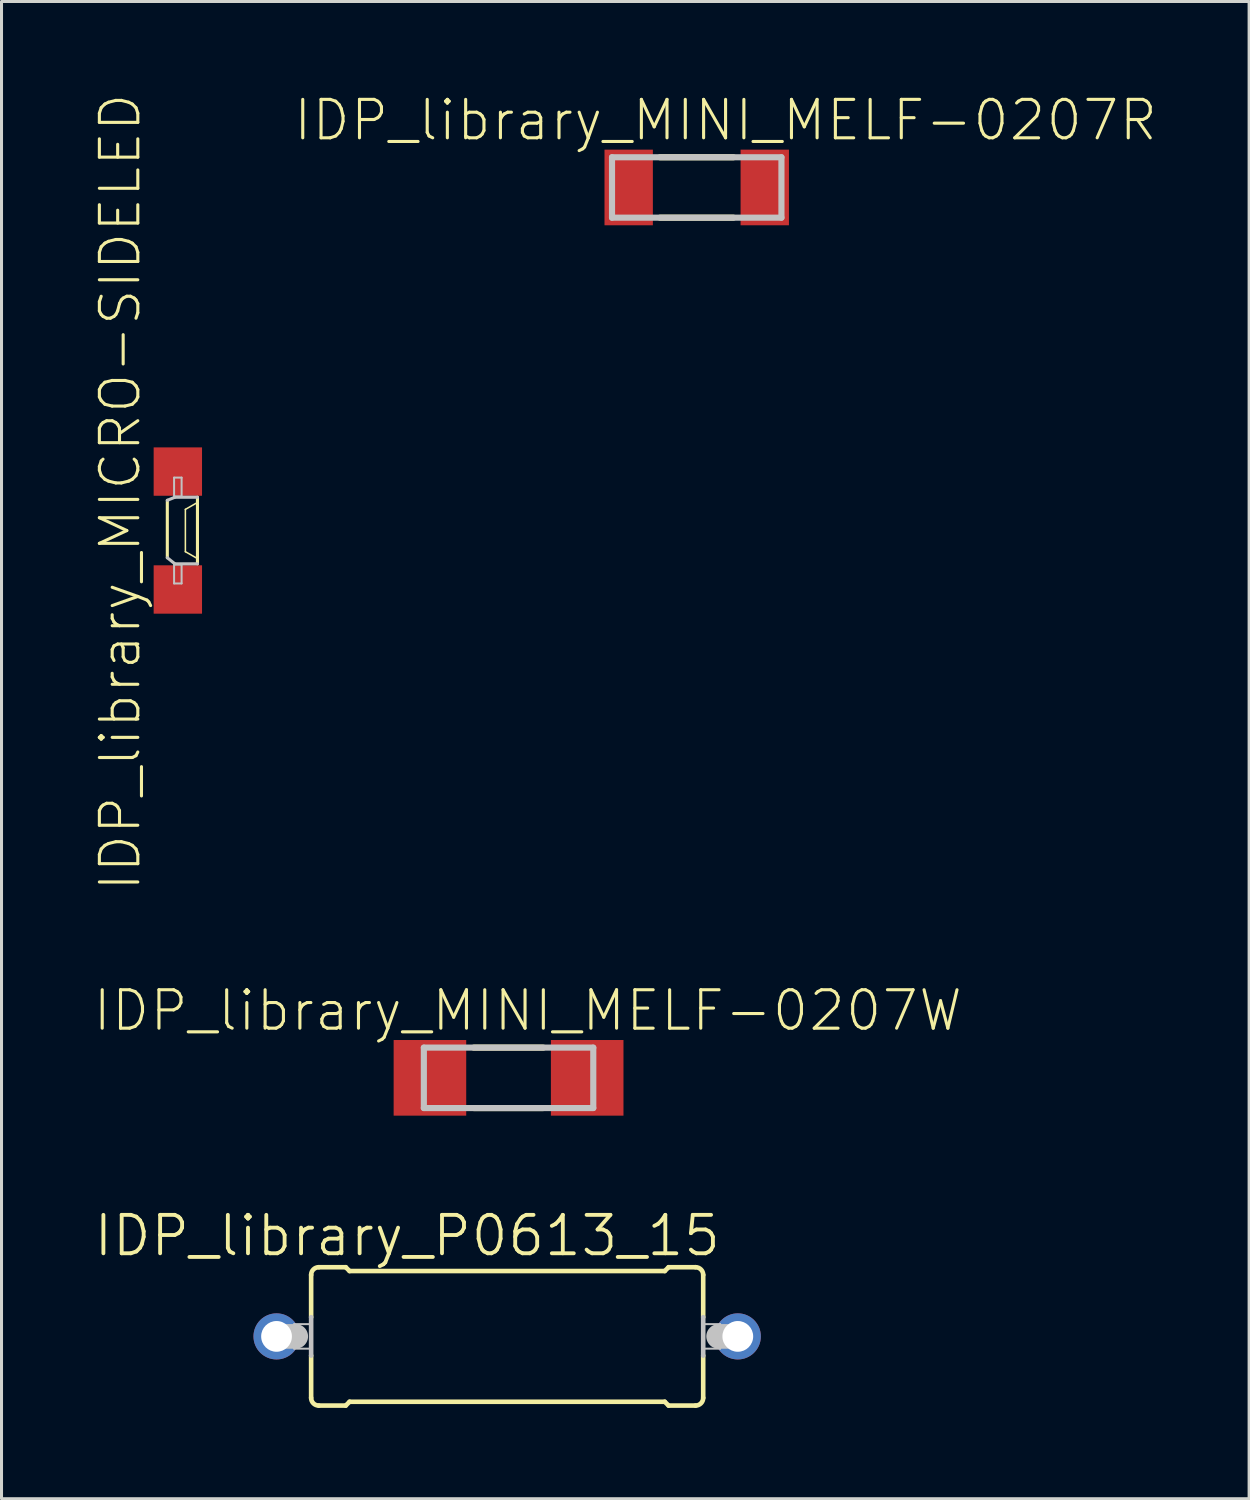
<source format=kicad_pcb>
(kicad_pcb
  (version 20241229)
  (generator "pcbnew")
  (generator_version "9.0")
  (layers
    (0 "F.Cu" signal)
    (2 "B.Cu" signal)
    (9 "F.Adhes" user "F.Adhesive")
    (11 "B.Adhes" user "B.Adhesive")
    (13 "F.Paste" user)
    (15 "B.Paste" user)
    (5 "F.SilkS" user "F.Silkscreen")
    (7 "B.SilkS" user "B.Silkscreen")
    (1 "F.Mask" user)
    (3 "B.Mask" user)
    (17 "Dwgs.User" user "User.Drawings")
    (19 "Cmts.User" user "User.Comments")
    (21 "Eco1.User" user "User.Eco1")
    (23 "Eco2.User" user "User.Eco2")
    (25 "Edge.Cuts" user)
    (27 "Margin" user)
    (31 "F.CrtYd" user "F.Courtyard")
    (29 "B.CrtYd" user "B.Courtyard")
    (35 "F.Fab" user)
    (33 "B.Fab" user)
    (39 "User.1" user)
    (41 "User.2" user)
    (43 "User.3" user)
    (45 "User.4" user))
  (footprint "IDP_library_MINI_MELF-0207R"
    (layer "F.Cu")
    (at 19.97 3.144)
    (property "Reference" "IDP_library_MINI_MELF-0207R" (at 0.953 -2.223 0) (layer "F.SilkS") (effects (font (size 1.27 1.27) (thickness 0.102))))
    (attr smd)
    (fp_line (start -1.212 0.998) (end 1.212 0.998) (stroke (width 0.203) (type solid)) (layer "F.SilkS"))
    (fp_line (start 1.212 -0.998) (end -1.212 -0.998) (stroke (width 0.203) (type solid)) (layer "F.SilkS"))
    (fp_line (start -2.799 -0.998) (end -2.799 0.998) (stroke (width 0.203) (type solid)) (layer "Dwgs.User"))
    (fp_line (start -2.799 0.998) (end 2.799 0.998) (stroke (width 0.203) (type solid)) (layer "Dwgs.User"))
    (fp_line (start 2.799 -0.998) (end -2.799 -0.998) (stroke (width 0.203) (type solid)) (layer "Dwgs.User"))
    (fp_line (start 2.799 0.998) (end 2.799 -0.998) (stroke (width 0.203) (type solid)) (layer "Dwgs.User"))
    (pad "1" smd rect (at -2.248 0) (size 1.598 2.499) (layers "F.Cu" "F.Mask" "F.Paste"))
    (pad "2" smd rect (at 2.248 0) (size 1.598 2.499) (layers "F.Cu" "F.Mask" "F.Paste")))
  (footprint "IDP_library_MICRO-SIDELED"
    (layer "F.Cu")
    (at 2.826 14.479)
    (property "Reference" "IDP_library_MICRO-SIDELED" (at -1.905 -1.27 90) (layer "F.SilkS") (effects (font (size 1.27 1.27) (thickness 0.102))))
    (attr smd)
    (fp_line (start -0.399 -1.798) (end 0.399 -1.798) (stroke (width 0.066) (type solid)) (layer "F.Mask"))
    (fp_line (start -0.399 -1.1) (end -0.399 -1.798) (stroke (width 0.066) (type solid)) (layer "F.Mask"))
    (fp_line (start -0.399 -1.1) (end 0.399 -1.1) (stroke (width 0.066) (type solid)) (layer "F.Mask"))
    (fp_line (start -0.399 1.1) (end 0.399 1.1) (stroke (width 0.066) (type solid)) (layer "F.Mask"))
    (fp_line (start -0.399 1.798) (end -0.399 1.1) (stroke (width 0.066) (type solid)) (layer "F.Mask"))
    (fp_line (start -0.399 1.798) (end 0.399 1.798) (stroke (width 0.066) (type solid)) (layer "F.Mask"))
    (fp_line (start 0.399 -1.1) (end 0.399 -1.798) (stroke (width 0.066) (type solid)) (layer "F.Mask"))
    (fp_line (start 0.399 1.798) (end 0.399 1.1) (stroke (width 0.066) (type solid)) (layer "F.Mask"))
    (fp_line (start -0.348 -0.998) (end -0.348 0.899) (stroke (width 0.102) (type solid)) (layer "F.SilkS"))
    (fp_line (start 0.249 -0.699) (end 0.249 0.699) (stroke (width 0.051) (type solid)) (layer "F.SilkS"))
    (fp_line (start 0.249 0.699) (end 0.599 0.899) (stroke (width 0.051) (type solid)) (layer "F.SilkS"))
    (fp_line (start 0.599 -0.899) (end 0.249 -0.699) (stroke (width 0.051) (type solid)) (layer "F.SilkS"))
    (fp_line (start 0.648 1.1) (end 0.648 -1.1) (stroke (width 0.102) (type solid)) (layer "F.SilkS"))
    (fp_line (start -0.348 -1.748) (end 0.348 -1.748) (stroke (width 0.066) (type solid)) (layer "F.Paste"))
    (fp_line (start -0.348 -1.148) (end -0.348 -1.748) (stroke (width 0.066) (type solid)) (layer "F.Paste"))
    (fp_line (start -0.348 -1.148) (end 0.348 -1.148) (stroke (width 0.066) (type solid)) (layer "F.Paste"))
    (fp_line (start -0.348 1.148) (end 0.348 1.148) (stroke (width 0.066) (type solid)) (layer "F.Paste"))
    (fp_line (start -0.348 1.748) (end -0.348 1.148) (stroke (width 0.066) (type solid)) (layer "F.Paste"))
    (fp_line (start -0.348 1.748) (end 0.348 1.748) (stroke (width 0.066) (type solid)) (layer "F.Paste"))
    (fp_line (start 0.348 -1.148) (end 0.348 -1.748) (stroke (width 0.066) (type solid)) (layer "F.Paste"))
    (fp_line (start 0.348 1.748) (end 0.348 1.148) (stroke (width 0.066) (type solid)) (layer "F.Paste"))
    (fp_line (start -0.348 0.899) (end -0.099 1.1) (stroke (width 0.102) (type solid)) (layer "Dwgs.User"))
    (fp_line (start -0.124 -1.748) (end 0.124 -1.748) (stroke (width 0.066) (type solid)) (layer "Dwgs.User"))
    (fp_line (start -0.124 -1.123) (end -0.124 -1.748) (stroke (width 0.066) (type solid)) (layer "Dwgs.User"))
    (fp_line (start -0.124 -1.123) (end 0.124 -1.123) (stroke (width 0.066) (type solid)) (layer "Dwgs.User"))
    (fp_line (start -0.124 1.123) (end 0.124 1.123) (stroke (width 0.066) (type solid)) (layer "Dwgs.User"))
    (fp_line (start -0.124 1.748) (end -0.124 1.123) (stroke (width 0.066) (type solid)) (layer "Dwgs.User"))
    (fp_line (start -0.124 1.748) (end 0.124 1.748) (stroke (width 0.066) (type solid)) (layer "Dwgs.User"))
    (fp_line (start -0.099 -1.1) (end -0.348 -0.998) (stroke (width 0.102) (type solid)) (layer "Dwgs.User"))
    (fp_line (start -0.099 1.1) (end 0.648 1.1) (stroke (width 0.102) (type solid)) (layer "Dwgs.User"))
    (fp_line (start 0.124 -1.123) (end 0.124 -1.748) (stroke (width 0.066) (type solid)) (layer "Dwgs.User"))
    (fp_line (start 0.124 1.748) (end 0.124 1.123) (stroke (width 0.066) (type solid)) (layer "Dwgs.User"))
    (fp_line (start 0.648 -1.1) (end -0.099 -1.1) (stroke (width 0.102) (type solid)) (layer "Dwgs.User"))
    (pad "A" smd rect (at 0 -1.948) (size 1.598 1.598) (layers "F.Cu" "F.Mask" "F.Paste"))
    (pad "C" smd rect (at 0 1.948) (size 1.598 1.598) (layers "F.Cu" "F.Mask" "F.Paste")))
  (footprint "IDP_library_P0613_15"
    (layer "F.Cu")
    (at 13.707 41.105)
    (property "Reference" "IDP_library_P0613_15" (at -3.302 -3.327 0) (layer "F.SilkS") (effects (font (size 1.27 1.27) (thickness 0.127))))
    (attr exclude_from_pos_files exclude_from_bom)
    (fp_line (start -6.477 -0.635) (end -6.477 -2.032) (stroke (width 0.152) (type solid)) (layer "F.SilkS"))
    (fp_line (start -6.477 2.032) (end -6.477 0.635) (stroke (width 0.152) (type solid)) (layer "F.SilkS"))
    (fp_line (start -6.223 -2.286) (end -5.334 -2.286) (stroke (width 0.152) (type solid)) (layer "F.SilkS"))
    (fp_line (start -6.223 2.286) (end -5.334 2.286) (stroke (width 0.152) (type solid)) (layer "F.SilkS"))
    (fp_line (start -5.207 -2.159) (end -5.334 -2.286) (stroke (width 0.152) (type solid)) (layer "F.SilkS"))
    (fp_line (start -5.207 2.159) (end -5.334 2.286) (stroke (width 0.152) (type solid)) (layer "F.SilkS"))
    (fp_line (start 5.207 -2.159) (end -5.207 -2.159) (stroke (width 0.152) (type solid)) (layer "F.SilkS"))
    (fp_line (start 5.207 -2.159) (end 5.334 -2.286) (stroke (width 0.152) (type solid)) (layer "F.SilkS"))
    (fp_line (start 5.207 2.159) (end -5.207 2.159) (stroke (width 0.152) (type solid)) (layer "F.SilkS"))
    (fp_line (start 5.207 2.159) (end 5.334 2.286) (stroke (width 0.152) (type solid)) (layer "F.SilkS"))
    (fp_line (start 6.223 -2.286) (end 5.334 -2.286) (stroke (width 0.152) (type solid)) (layer "F.SilkS"))
    (fp_line (start 6.223 2.286) (end 5.334 2.286) (stroke (width 0.152) (type solid)) (layer "F.SilkS"))
    (fp_line (start 6.477 -2.032) (end 6.477 -0.635) (stroke (width 0.152) (type solid)) (layer "F.SilkS"))
    (fp_line (start 6.477 0.635) (end 6.477 2.032) (stroke (width 0.152) (type solid)) (layer "F.SilkS"))
    (fp_arc (start -6.477 -2.032) (mid -6.402605 -2.211605) (end -6.223 -2.286) (stroke (width 0.1524) (type solid)) (layer "F.SilkS"))
    (fp_arc (start -6.223 2.286) (mid -6.402605 2.211605) (end -6.477 2.032) (stroke (width 0.1524) (type solid)) (layer "F.SilkS"))
    (fp_arc (start 6.223 -2.286) (mid 6.402605 -2.211605) (end 6.477 -2.032) (stroke (width 0.1524) (type solid)) (layer "F.SilkS"))
    (fp_arc (start 6.477 2.032) (mid 6.402605 2.211605) (end 6.223 2.286) (stroke (width 0.1524) (type solid)) (layer "F.SilkS"))
    (fp_line (start -7.62 0) (end -6.985 0) (stroke (width 0.813) (type solid)) (layer "Dwgs.User"))
    (fp_line (start -7.036 -0.406) (end -6.477 -0.406) (stroke (width 0.066) (type solid)) (layer "Dwgs.User"))
    (fp_line (start -7.036 0.406) (end -7.036 -0.406) (stroke (width 0.066) (type solid)) (layer "Dwgs.User"))
    (fp_line (start -7.036 0.406) (end -6.477 0.406) (stroke (width 0.066) (type solid)) (layer "Dwgs.User"))
    (fp_line (start -6.477 -0.635) (end -6.477 0.635) (stroke (width 0.152) (type solid)) (layer "Dwgs.User"))
    (fp_line (start -6.477 0.406) (end -6.477 -0.406) (stroke (width 0.066) (type solid)) (layer "Dwgs.User"))
    (fp_line (start 6.477 -0.406) (end 7.036 -0.406) (stroke (width 0.066) (type solid)) (layer "Dwgs.User"))
    (fp_line (start 6.477 0.406) (end 6.477 -0.406) (stroke (width 0.066) (type solid)) (layer "Dwgs.User"))
    (fp_line (start 6.477 0.406) (end 7.036 0.406) (stroke (width 0.066) (type solid)) (layer "Dwgs.User"))
    (fp_line (start 6.477 0.635) (end 6.477 -0.635) (stroke (width 0.152) (type solid)) (layer "Dwgs.User"))
    (fp_line (start 7.036 0.406) (end 7.036 -0.406) (stroke (width 0.066) (type solid)) (layer "Dwgs.User"))
    (fp_line (start 7.62 0) (end 6.985 0) (stroke (width 0.813) (type solid)) (layer "Dwgs.User"))
    (pad "1" thru_hole circle (at -7.62 0) (size 1.524 1.524) (drill 1.016) (layers "*.Cu" "*.Paste" "*.Mask"))
    (pad "2" thru_hole circle (at 7.62 0) (size 1.524 1.524) (drill 1.016) (layers "*.Cu" "*.Paste" "*.Mask")))
  (footprint "IDP_library_MINI_MELF-0207W"
    (layer "F.Cu")
    (at 13.753 32.562)
    (property "Reference" "IDP_library_MINI_MELF-0207W" (at 0.635 -2.223 0) (layer "F.SilkS") (effects (font (size 1.27 1.27) (thickness 0.102))))
    (attr smd)
    (fp_line (start -1.148 0.998) (end 1.148 0.998) (stroke (width 0.203) (type solid)) (layer "F.SilkS"))
    (fp_line (start 1.148 -0.998) (end -1.148 -0.998) (stroke (width 0.203) (type solid)) (layer "F.SilkS"))
    (fp_line (start -2.799 -0.998) (end -2.799 0.998) (stroke (width 0.203) (type solid)) (layer "Dwgs.User"))
    (fp_line (start -2.799 0.998) (end 2.799 0.998) (stroke (width 0.203) (type solid)) (layer "Dwgs.User"))
    (fp_line (start 2.799 -0.998) (end -2.799 -0.998) (stroke (width 0.203) (type solid)) (layer "Dwgs.User"))
    (fp_line (start 2.799 0.998) (end 2.799 -0.998) (stroke (width 0.203) (type solid)) (layer "Dwgs.User"))
    (pad "1" smd rect (at -2.598 0) (size 2.398 2.499) (layers "F.Cu" "F.Mask" "F.Paste"))
    (pad "2" smd rect (at 2.598 0) (size 2.398 2.499) (layers "F.Cu" "F.Mask" "F.Paste")))
  (gr_rect
    (start -3 -3)
    (end 38.221 46.467)
    (stroke (width 0.1) (type default))
    (fill no)
    (layer "Edge.Cuts")))
</source>
